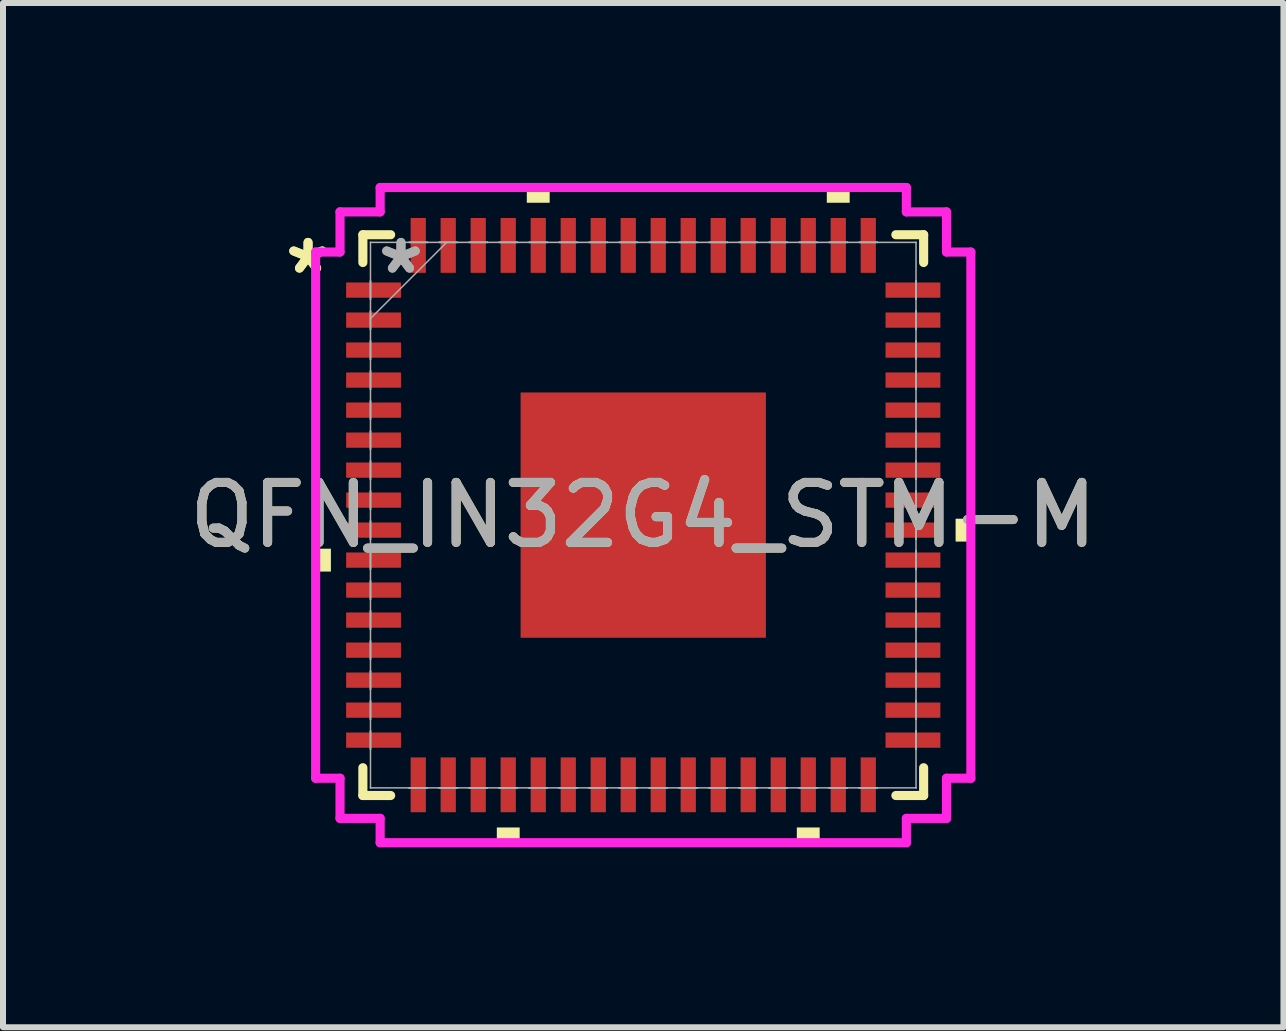
<source format=kicad_pcb>
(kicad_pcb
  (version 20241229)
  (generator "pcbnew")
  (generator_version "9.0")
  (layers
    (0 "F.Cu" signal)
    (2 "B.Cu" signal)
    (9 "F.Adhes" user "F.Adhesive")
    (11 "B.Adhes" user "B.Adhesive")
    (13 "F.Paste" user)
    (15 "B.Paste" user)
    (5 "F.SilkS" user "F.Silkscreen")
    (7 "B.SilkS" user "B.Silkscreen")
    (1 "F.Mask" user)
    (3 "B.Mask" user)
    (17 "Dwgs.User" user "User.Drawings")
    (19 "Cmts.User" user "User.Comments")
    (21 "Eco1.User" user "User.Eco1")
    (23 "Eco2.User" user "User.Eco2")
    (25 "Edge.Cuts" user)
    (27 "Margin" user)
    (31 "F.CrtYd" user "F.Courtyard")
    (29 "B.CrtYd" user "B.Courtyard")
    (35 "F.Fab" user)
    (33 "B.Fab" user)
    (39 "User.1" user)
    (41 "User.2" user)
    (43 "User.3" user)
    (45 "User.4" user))
  (footprint "QFN_IN32G4_STM-M"
    (layer "F.Cu")
    (at 7.673 5.537)
    (property "Reference" "QFN_IN32G4_STM-M" (at 0 0 0) (unlocked yes) (layer "F.SilkS") (effects (font (size 1 1) (thickness 0.15))))
    (attr smd)
    (fp_line (start -4.674 -4.674) (end -4.674 -4.211) (stroke (width 0.152) (type solid)) (layer "F.SilkS"))
    (fp_line (start -4.674 4.211) (end -4.674 4.674) (stroke (width 0.152) (type solid)) (layer "F.SilkS"))
    (fp_line (start -4.674 4.674) (end -4.211 4.674) (stroke (width 0.152) (type solid)) (layer "F.SilkS"))
    (fp_line (start -4.211 -4.674) (end -4.674 -4.674) (stroke (width 0.152) (type solid)) (layer "F.SilkS"))
    (fp_line (start 4.211 4.674) (end 4.674 4.674) (stroke (width 0.152) (type solid)) (layer "F.SilkS"))
    (fp_line (start 4.674 -4.674) (end 4.211 -4.674) (stroke (width 0.152) (type solid)) (layer "F.SilkS"))
    (fp_line (start 4.674 -4.211) (end 4.674 -4.674) (stroke (width 0.152) (type solid)) (layer "F.SilkS"))
    (fp_line (start 4.674 4.674) (end 4.674 4.211) (stroke (width 0.152) (type solid)) (layer "F.SilkS"))
    (fp_poly (pts (xy -5.461 0.56) (xy -5.461 0.941) (xy -5.207 0.941) (xy -5.207 0.56)) (stroke (width 0) (type solid)) (fill yes) (layer "F.SilkS"))
    (fp_poly (pts (xy -2.441 5.207) (xy -2.441 5.461) (xy -2.06 5.461) (xy -2.06 5.207)) (stroke (width 0) (type solid)) (fill yes) (layer "F.SilkS"))
    (fp_poly (pts (xy -1.941 -5.207) (xy -1.941 -5.461) (xy -1.56 -5.461) (xy -1.56 -5.207)) (stroke (width 0) (type solid)) (fill yes) (layer "F.SilkS"))
    (fp_poly (pts (xy 2.56 5.207) (xy 2.56 5.461) (xy 2.941 5.461) (xy 2.941 5.207)) (stroke (width 0) (type solid)) (fill yes) (layer "F.SilkS"))
    (fp_poly (pts (xy 3.06 -5.207) (xy 3.06 -5.461) (xy 3.441 -5.461) (xy 3.441 -5.207)) (stroke (width 0) (type solid)) (fill yes) (layer "F.SilkS"))
    (fp_poly (pts (xy 5.461 0.06) (xy 5.461 0.441) (xy 5.207 0.441) (xy 5.207 0.06)) (stroke (width 0) (type solid)) (fill yes) (layer "F.SilkS"))
    (fp_poly (pts (xy -1.945 -1.945) (xy -1.945 -0.782) (xy -0.782 -0.782) (xy -0.782 -1.945)) (stroke (width 0) (type solid)) (fill yes) (layer "F.Paste"))
    (fp_poly (pts (xy -1.945 -0.582) (xy -1.945 0.582) (xy -0.782 0.582) (xy -0.782 -0.582)) (stroke (width 0) (type solid)) (fill yes) (layer "F.Paste"))
    (fp_poly (pts (xy -1.945 0.782) (xy -1.945 1.945) (xy -0.782 1.945) (xy -0.782 0.782)) (stroke (width 0) (type solid)) (fill yes) (layer "F.Paste"))
    (fp_poly (pts (xy -0.582 -1.945) (xy -0.582 -0.782) (xy 0.582 -0.782) (xy 0.582 -1.945)) (stroke (width 0) (type solid)) (fill yes) (layer "F.Paste"))
    (fp_poly (pts (xy -0.582 -0.582) (xy -0.582 0.582) (xy 0.582 0.582) (xy 0.582 -0.582)) (stroke (width 0) (type solid)) (fill yes) (layer "F.Paste"))
    (fp_poly (pts (xy -0.582 0.782) (xy -0.582 1.945) (xy 0.582 1.945) (xy 0.582 0.782)) (stroke (width 0) (type solid)) (fill yes) (layer "F.Paste"))
    (fp_poly (pts (xy 0.782 -1.945) (xy 0.782 -0.782) (xy 1.945 -0.782) (xy 1.945 -1.945)) (stroke (width 0) (type solid)) (fill yes) (layer "F.Paste"))
    (fp_poly (pts (xy 0.782 -0.582) (xy 0.782 0.582) (xy 1.945 0.582) (xy 1.945 -0.582)) (stroke (width 0) (type solid)) (fill yes) (layer "F.Paste"))
    (fp_poly (pts (xy 0.782 0.782) (xy 0.782 1.945) (xy 1.945 1.945) (xy 1.945 0.782)) (stroke (width 0) (type solid)) (fill yes) (layer "F.Paste"))
    (fp_line (start -5.461 -4.386) (end -5.055 -4.386) (stroke (width 0.152) (type solid)) (layer "F.CrtYd"))
    (fp_line (start -5.461 4.386) (end -5.461 -4.386) (stroke (width 0.152) (type solid)) (layer "F.CrtYd"))
    (fp_line (start -5.055 -5.055) (end -4.386 -5.055) (stroke (width 0.152) (type solid)) (layer "F.CrtYd"))
    (fp_line (start -5.055 -4.386) (end -5.055 -5.055) (stroke (width 0.152) (type solid)) (layer "F.CrtYd"))
    (fp_line (start -5.055 4.386) (end -5.461 4.386) (stroke (width 0.152) (type solid)) (layer "F.CrtYd"))
    (fp_line (start -5.055 5.055) (end -5.055 4.386) (stroke (width 0.152) (type solid)) (layer "F.CrtYd"))
    (fp_line (start -4.386 -5.461) (end 4.386 -5.461) (stroke (width 0.152) (type solid)) (layer "F.CrtYd"))
    (fp_line (start -4.386 -5.055) (end -4.386 -5.461) (stroke (width 0.152) (type solid)) (layer "F.CrtYd"))
    (fp_line (start -4.386 5.055) (end -5.055 5.055) (stroke (width 0.152) (type solid)) (layer "F.CrtYd"))
    (fp_line (start -4.386 5.461) (end -4.386 5.055) (stroke (width 0.152) (type solid)) (layer "F.CrtYd"))
    (fp_line (start 4.386 -5.461) (end 4.386 -5.055) (stroke (width 0.152) (type solid)) (layer "F.CrtYd"))
    (fp_line (start 4.386 -5.055) (end 5.055 -5.055) (stroke (width 0.152) (type solid)) (layer "F.CrtYd"))
    (fp_line (start 4.386 5.055) (end 4.386 5.461) (stroke (width 0.152) (type solid)) (layer "F.CrtYd"))
    (fp_line (start 4.386 5.461) (end -4.386 5.461) (stroke (width 0.152) (type solid)) (layer "F.CrtYd"))
    (fp_line (start 5.055 -5.055) (end 5.055 -4.386) (stroke (width 0.152) (type solid)) (layer "F.CrtYd"))
    (fp_line (start 5.055 -4.386) (end 5.461 -4.386) (stroke (width 0.152) (type solid)) (layer "F.CrtYd"))
    (fp_line (start 5.055 4.386) (end 5.055 5.055) (stroke (width 0.152) (type solid)) (layer "F.CrtYd"))
    (fp_line (start 5.055 5.055) (end 4.386 5.055) (stroke (width 0.152) (type solid)) (layer "F.CrtYd"))
    (fp_line (start 5.461 -4.386) (end 5.461 4.386) (stroke (width 0.152) (type solid)) (layer "F.CrtYd"))
    (fp_line (start 5.461 4.386) (end 5.055 4.386) (stroke (width 0.152) (type solid)) (layer "F.CrtYd"))
    (fp_line (start -4.547 -4.547) (end -4.547 -4.547) (stroke (width 0.025) (type solid)) (layer "F.Fab"))
    (fp_line (start -4.547 -4.547) (end -4.547 4.547) (stroke (width 0.025) (type solid)) (layer "F.Fab"))
    (fp_line (start -4.547 -3.903) (end -4.547 -3.903) (stroke (width 0.025) (type solid)) (layer "F.Fab"))
    (fp_line (start -4.547 -3.903) (end -4.547 -3.599) (stroke (width 0.025) (type solid)) (layer "F.Fab"))
    (fp_line (start -4.547 -3.599) (end -4.547 -3.903) (stroke (width 0.025) (type solid)) (layer "F.Fab"))
    (fp_line (start -4.547 -3.599) (end -4.547 -3.599) (stroke (width 0.025) (type solid)) (layer "F.Fab"))
    (fp_line (start -4.547 -3.403) (end -4.547 -3.403) (stroke (width 0.025) (type solid)) (layer "F.Fab"))
    (fp_line (start -4.547 -3.403) (end -4.547 -3.098) (stroke (width 0.025) (type solid)) (layer "F.Fab"))
    (fp_line (start -4.547 -3.277) (end -3.277 -4.547) (stroke (width 0.025) (type solid)) (layer "F.Fab"))
    (fp_line (start -4.547 -3.098) (end -4.547 -3.403) (stroke (width 0.025) (type solid)) (layer "F.Fab"))
    (fp_line (start -4.547 -3.098) (end -4.547 -3.098) (stroke (width 0.025) (type solid)) (layer "F.Fab"))
    (fp_line (start -4.547 -2.903) (end -4.547 -2.903) (stroke (width 0.025) (type solid)) (layer "F.Fab"))
    (fp_line (start -4.547 -2.903) (end -4.547 -2.598) (stroke (width 0.025) (type solid)) (layer "F.Fab"))
    (fp_line (start -4.547 -2.598) (end -4.547 -2.903) (stroke (width 0.025) (type solid)) (layer "F.Fab"))
    (fp_line (start -4.547 -2.598) (end -4.547 -2.598) (stroke (width 0.025) (type solid)) (layer "F.Fab"))
    (fp_line (start -4.547 -2.403) (end -4.547 -2.403) (stroke (width 0.025) (type solid)) (layer "F.Fab"))
    (fp_line (start -4.547 -2.403) (end -4.547 -2.098) (stroke (width 0.025) (type solid)) (layer "F.Fab"))
    (fp_line (start -4.547 -2.098) (end -4.547 -2.403) (stroke (width 0.025) (type solid)) (layer "F.Fab"))
    (fp_line (start -4.547 -2.098) (end -4.547 -2.098) (stroke (width 0.025) (type solid)) (layer "F.Fab"))
    (fp_line (start -4.547 -1.903) (end -4.547 -1.903) (stroke (width 0.025) (type solid)) (layer "F.Fab"))
    (fp_line (start -4.547 -1.903) (end -4.547 -1.598) (stroke (width 0.025) (type solid)) (layer "F.Fab"))
    (fp_line (start -4.547 -1.598) (end -4.547 -1.903) (stroke (width 0.025) (type solid)) (layer "F.Fab"))
    (fp_line (start -4.547 -1.598) (end -4.547 -1.598) (stroke (width 0.025) (type solid)) (layer "F.Fab"))
    (fp_line (start -4.547 -1.403) (end -4.547 -1.403) (stroke (width 0.025) (type solid)) (layer "F.Fab"))
    (fp_line (start -4.547 -1.403) (end -4.547 -1.098) (stroke (width 0.025) (type solid)) (layer "F.Fab"))
    (fp_line (start -4.547 -1.098) (end -4.547 -1.403) (stroke (width 0.025) (type solid)) (layer "F.Fab"))
    (fp_line (start -4.547 -1.098) (end -4.547 -1.098) (stroke (width 0.025) (type solid)) (layer "F.Fab"))
    (fp_line (start -4.547 -0.903) (end -4.547 -0.903) (stroke (width 0.025) (type solid)) (layer "F.Fab"))
    (fp_line (start -4.547 -0.903) (end -4.547 -0.598) (stroke (width 0.025) (type solid)) (layer "F.Fab"))
    (fp_line (start -4.547 -0.598) (end -4.547 -0.903) (stroke (width 0.025) (type solid)) (layer "F.Fab"))
    (fp_line (start -4.547 -0.598) (end -4.547 -0.598) (stroke (width 0.025) (type solid)) (layer "F.Fab"))
    (fp_line (start -4.547 -0.402) (end -4.547 -0.402) (stroke (width 0.025) (type solid)) (layer "F.Fab"))
    (fp_line (start -4.547 -0.402) (end -4.547 -0.098) (stroke (width 0.025) (type solid)) (layer "F.Fab"))
    (fp_line (start -4.547 -0.098) (end -4.547 -0.402) (stroke (width 0.025) (type solid)) (layer "F.Fab"))
    (fp_line (start -4.547 -0.098) (end -4.547 -0.098) (stroke (width 0.025) (type solid)) (layer "F.Fab"))
    (fp_line (start -4.547 0.098) (end -4.547 0.098) (stroke (width 0.025) (type solid)) (layer "F.Fab"))
    (fp_line (start -4.547 0.098) (end -4.547 0.402) (stroke (width 0.025) (type solid)) (layer "F.Fab"))
    (fp_line (start -4.547 0.402) (end -4.547 0.098) (stroke (width 0.025) (type solid)) (layer "F.Fab"))
    (fp_line (start -4.547 0.402) (end -4.547 0.402) (stroke (width 0.025) (type solid)) (layer "F.Fab"))
    (fp_line (start -4.547 0.598) (end -4.547 0.598) (stroke (width 0.025) (type solid)) (layer "F.Fab"))
    (fp_line (start -4.547 0.598) (end -4.547 0.903) (stroke (width 0.025) (type solid)) (layer "F.Fab"))
    (fp_line (start -4.547 0.903) (end -4.547 0.598) (stroke (width 0.025) (type solid)) (layer "F.Fab"))
    (fp_line (start -4.547 0.903) (end -4.547 0.903) (stroke (width 0.025) (type solid)) (layer "F.Fab"))
    (fp_line (start -4.547 1.098) (end -4.547 1.098) (stroke (width 0.025) (type solid)) (layer "F.Fab"))
    (fp_line (start -4.547 1.098) (end -4.547 1.403) (stroke (width 0.025) (type solid)) (layer "F.Fab"))
    (fp_line (start -4.547 1.403) (end -4.547 1.098) (stroke (width 0.025) (type solid)) (layer "F.Fab"))
    (fp_line (start -4.547 1.403) (end -4.547 1.403) (stroke (width 0.025) (type solid)) (layer "F.Fab"))
    (fp_line (start -4.547 1.598) (end -4.547 1.598) (stroke (width 0.025) (type solid)) (layer "F.Fab"))
    (fp_line (start -4.547 1.598) (end -4.547 1.903) (stroke (width 0.025) (type solid)) (layer "F.Fab"))
    (fp_line (start -4.547 1.903) (end -4.547 1.598) (stroke (width 0.025) (type solid)) (layer "F.Fab"))
    (fp_line (start -4.547 1.903) (end -4.547 1.903) (stroke (width 0.025) (type solid)) (layer "F.Fab"))
    (fp_line (start -4.547 2.098) (end -4.547 2.098) (stroke (width 0.025) (type solid)) (layer "F.Fab"))
    (fp_line (start -4.547 2.098) (end -4.547 2.403) (stroke (width 0.025) (type solid)) (layer "F.Fab"))
    (fp_line (start -4.547 2.403) (end -4.547 2.098) (stroke (width 0.025) (type solid)) (layer "F.Fab"))
    (fp_line (start -4.547 2.403) (end -4.547 2.403) (stroke (width 0.025) (type solid)) (layer "F.Fab"))
    (fp_line (start -4.547 2.598) (end -4.547 2.598) (stroke (width 0.025) (type solid)) (layer "F.Fab"))
    (fp_line (start -4.547 2.598) (end -4.547 2.903) (stroke (width 0.025) (type solid)) (layer "F.Fab"))
    (fp_line (start -4.547 2.903) (end -4.547 2.598) (stroke (width 0.025) (type solid)) (layer "F.Fab"))
    (fp_line (start -4.547 2.903) (end -4.547 2.903) (stroke (width 0.025) (type solid)) (layer "F.Fab"))
    (fp_line (start -4.547 3.098) (end -4.547 3.098) (stroke (width 0.025) (type solid)) (layer "F.Fab"))
    (fp_line (start -4.547 3.098) (end -4.547 3.403) (stroke (width 0.025) (type solid)) (layer "F.Fab"))
    (fp_line (start -4.547 3.403) (end -4.547 3.098) (stroke (width 0.025) (type solid)) (layer "F.Fab"))
    (fp_line (start -4.547 3.403) (end -4.547 3.403) (stroke (width 0.025) (type solid)) (layer "F.Fab"))
    (fp_line (start -4.547 3.599) (end -4.547 3.599) (stroke (width 0.025) (type solid)) (layer "F.Fab"))
    (fp_line (start -4.547 3.599) (end -4.547 3.903) (stroke (width 0.025) (type solid)) (layer "F.Fab"))
    (fp_line (start -4.547 3.903) (end -4.547 3.599) (stroke (width 0.025) (type solid)) (layer "F.Fab"))
    (fp_line (start -4.547 3.903) (end -4.547 3.903) (stroke (width 0.025) (type solid)) (layer "F.Fab"))
    (fp_line (start -4.547 4.547) (end -4.547 4.547) (stroke (width 0.025) (type solid)) (layer "F.Fab"))
    (fp_line (start -4.547 4.547) (end 4.547 4.547) (stroke (width 0.025) (type solid)) (layer "F.Fab"))
    (fp_line (start -3.903 -4.547) (end -3.903 -4.547) (stroke (width 0.025) (type solid)) (layer "F.Fab"))
    (fp_line (start -3.903 -4.547) (end -3.599 -4.547) (stroke (width 0.025) (type solid)) (layer "F.Fab"))
    (fp_line (start -3.903 4.547) (end -3.903 4.547) (stroke (width 0.025) (type solid)) (layer "F.Fab"))
    (fp_line (start -3.903 4.547) (end -3.599 4.547) (stroke (width 0.025) (type solid)) (layer "F.Fab"))
    (fp_line (start -3.599 -4.547) (end -3.903 -4.547) (stroke (width 0.025) (type solid)) (layer "F.Fab"))
    (fp_line (start -3.599 -4.547) (end -3.599 -4.547) (stroke (width 0.025) (type solid)) (layer "F.Fab"))
    (fp_line (start -3.599 4.547) (end -3.903 4.547) (stroke (width 0.025) (type solid)) (layer "F.Fab"))
    (fp_line (start -3.599 4.547) (end -3.599 4.547) (stroke (width 0.025) (type solid)) (layer "F.Fab"))
    (fp_line (start -3.403 -4.547) (end -3.403 -4.547) (stroke (width 0.025) (type solid)) (layer "F.Fab"))
    (fp_line (start -3.403 -4.547) (end -3.098 -4.547) (stroke (width 0.025) (type solid)) (layer "F.Fab"))
    (fp_line (start -3.403 4.547) (end -3.403 4.547) (stroke (width 0.025) (type solid)) (layer "F.Fab"))
    (fp_line (start -3.403 4.547) (end -3.098 4.547) (stroke (width 0.025) (type solid)) (layer "F.Fab"))
    (fp_line (start -3.098 -4.547) (end -3.403 -4.547) (stroke (width 0.025) (type solid)) (layer "F.Fab"))
    (fp_line (start -3.098 -4.547) (end -3.098 -4.547) (stroke (width 0.025) (type solid)) (layer "F.Fab"))
    (fp_line (start -3.098 4.547) (end -3.403 4.547) (stroke (width 0.025) (type solid)) (layer "F.Fab"))
    (fp_line (start -3.098 4.547) (end -3.098 4.547) (stroke (width 0.025) (type solid)) (layer "F.Fab"))
    (fp_line (start -2.903 -4.547) (end -2.903 -4.547) (stroke (width 0.025) (type solid)) (layer "F.Fab"))
    (fp_line (start -2.903 -4.547) (end -2.598 -4.547) (stroke (width 0.025) (type solid)) (layer "F.Fab"))
    (fp_line (start -2.903 4.547) (end -2.903 4.547) (stroke (width 0.025) (type solid)) (layer "F.Fab"))
    (fp_line (start -2.903 4.547) (end -2.598 4.547) (stroke (width 0.025) (type solid)) (layer "F.Fab"))
    (fp_line (start -2.598 -4.547) (end -2.903 -4.547) (stroke (width 0.025) (type solid)) (layer "F.Fab"))
    (fp_line (start -2.598 -4.547) (end -2.598 -4.547) (stroke (width 0.025) (type solid)) (layer "F.Fab"))
    (fp_line (start -2.598 4.547) (end -2.903 4.547) (stroke (width 0.025) (type solid)) (layer "F.Fab"))
    (fp_line (start -2.598 4.547) (end -2.598 4.547) (stroke (width 0.025) (type solid)) (layer "F.Fab"))
    (fp_line (start -2.403 -4.547) (end -2.403 -4.547) (stroke (width 0.025) (type solid)) (layer "F.Fab"))
    (fp_line (start -2.403 -4.547) (end -2.098 -4.547) (stroke (width 0.025) (type solid)) (layer "F.Fab"))
    (fp_line (start -2.403 4.547) (end -2.403 4.547) (stroke (width 0.025) (type solid)) (layer "F.Fab"))
    (fp_line (start -2.403 4.547) (end -2.098 4.547) (stroke (width 0.025) (type solid)) (layer "F.Fab"))
    (fp_line (start -2.098 -4.547) (end -2.403 -4.547) (stroke (width 0.025) (type solid)) (layer "F.Fab"))
    (fp_line (start -2.098 -4.547) (end -2.098 -4.547) (stroke (width 0.025) (type solid)) (layer "F.Fab"))
    (fp_line (start -2.098 4.547) (end -2.403 4.547) (stroke (width 0.025) (type solid)) (layer "F.Fab"))
    (fp_line (start -2.098 4.547) (end -2.098 4.547) (stroke (width 0.025) (type solid)) (layer "F.Fab"))
    (fp_line (start -1.903 -4.547) (end -1.903 -4.547) (stroke (width 0.025) (type solid)) (layer "F.Fab"))
    (fp_line (start -1.903 -4.547) (end -1.598 -4.547) (stroke (width 0.025) (type solid)) (layer "F.Fab"))
    (fp_line (start -1.903 4.547) (end -1.903 4.547) (stroke (width 0.025) (type solid)) (layer "F.Fab"))
    (fp_line (start -1.903 4.547) (end -1.598 4.547) (stroke (width 0.025) (type solid)) (layer "F.Fab"))
    (fp_line (start -1.598 -4.547) (end -1.903 -4.547) (stroke (width 0.025) (type solid)) (layer "F.Fab"))
    (fp_line (start -1.598 -4.547) (end -1.598 -4.547) (stroke (width 0.025) (type solid)) (layer "F.Fab"))
    (fp_line (start -1.598 4.547) (end -1.903 4.547) (stroke (width 0.025) (type solid)) (layer "F.Fab"))
    (fp_line (start -1.598 4.547) (end -1.598 4.547) (stroke (width 0.025) (type solid)) (layer "F.Fab"))
    (fp_line (start -1.403 -4.547) (end -1.403 -4.547) (stroke (width 0.025) (type solid)) (layer "F.Fab"))
    (fp_line (start -1.403 -4.547) (end -1.098 -4.547) (stroke (width 0.025) (type solid)) (layer "F.Fab"))
    (fp_line (start -1.403 4.547) (end -1.403 4.547) (stroke (width 0.025) (type solid)) (layer "F.Fab"))
    (fp_line (start -1.403 4.547) (end -1.098 4.547) (stroke (width 0.025) (type solid)) (layer "F.Fab"))
    (fp_line (start -1.098 -4.547) (end -1.403 -4.547) (stroke (width 0.025) (type solid)) (layer "F.Fab"))
    (fp_line (start -1.098 -4.547) (end -1.098 -4.547) (stroke (width 0.025) (type solid)) (layer "F.Fab"))
    (fp_line (start -1.098 4.547) (end -1.403 4.547) (stroke (width 0.025) (type solid)) (layer "F.Fab"))
    (fp_line (start -1.098 4.547) (end -1.098 4.547) (stroke (width 0.025) (type solid)) (layer "F.Fab"))
    (fp_line (start -0.903 -4.547) (end -0.903 -4.547) (stroke (width 0.025) (type solid)) (layer "F.Fab"))
    (fp_line (start -0.903 -4.547) (end -0.598 -4.547) (stroke (width 0.025) (type solid)) (layer "F.Fab"))
    (fp_line (start -0.903 4.547) (end -0.903 4.547) (stroke (width 0.025) (type solid)) (layer "F.Fab"))
    (fp_line (start -0.903 4.547) (end -0.598 4.547) (stroke (width 0.025) (type solid)) (layer "F.Fab"))
    (fp_line (start -0.598 -4.547) (end -0.903 -4.547) (stroke (width 0.025) (type solid)) (layer "F.Fab"))
    (fp_line (start -0.598 -4.547) (end -0.598 -4.547) (stroke (width 0.025) (type solid)) (layer "F.Fab"))
    (fp_line (start -0.598 4.547) (end -0.903 4.547) (stroke (width 0.025) (type solid)) (layer "F.Fab"))
    (fp_line (start -0.598 4.547) (end -0.598 4.547) (stroke (width 0.025) (type solid)) (layer "F.Fab"))
    (fp_line (start -0.402 -4.547) (end -0.402 -4.547) (stroke (width 0.025) (type solid)) (layer "F.Fab"))
    (fp_line (start -0.402 -4.547) (end -0.098 -4.547) (stroke (width 0.025) (type solid)) (layer "F.Fab"))
    (fp_line (start -0.402 4.547) (end -0.402 4.547) (stroke (width 0.025) (type solid)) (layer "F.Fab"))
    (fp_line (start -0.402 4.547) (end -0.098 4.547) (stroke (width 0.025) (type solid)) (layer "F.Fab"))
    (fp_line (start -0.098 -4.547) (end -0.402 -4.547) (stroke (width 0.025) (type solid)) (layer "F.Fab"))
    (fp_line (start -0.098 -4.547) (end -0.098 -4.547) (stroke (width 0.025) (type solid)) (layer "F.Fab"))
    (fp_line (start -0.098 4.547) (end -0.402 4.547) (stroke (width 0.025) (type solid)) (layer "F.Fab"))
    (fp_line (start -0.098 4.547) (end -0.098 4.547) (stroke (width 0.025) (type solid)) (layer "F.Fab"))
    (fp_line (start 0.098 -4.547) (end 0.098 -4.547) (stroke (width 0.025) (type solid)) (layer "F.Fab"))
    (fp_line (start 0.098 -4.547) (end 0.402 -4.547) (stroke (width 0.025) (type solid)) (layer "F.Fab"))
    (fp_line (start 0.098 4.547) (end 0.098 4.547) (stroke (width 0.025) (type solid)) (layer "F.Fab"))
    (fp_line (start 0.098 4.547) (end 0.402 4.547) (stroke (width 0.025) (type solid)) (layer "F.Fab"))
    (fp_line (start 0.402 -4.547) (end 0.098 -4.547) (stroke (width 0.025) (type solid)) (layer "F.Fab"))
    (fp_line (start 0.402 -4.547) (end 0.402 -4.547) (stroke (width 0.025) (type solid)) (layer "F.Fab"))
    (fp_line (start 0.402 4.547) (end 0.098 4.547) (stroke (width 0.025) (type solid)) (layer "F.Fab"))
    (fp_line (start 0.402 4.547) (end 0.402 4.547) (stroke (width 0.025) (type solid)) (layer "F.Fab"))
    (fp_line (start 0.598 -4.547) (end 0.598 -4.547) (stroke (width 0.025) (type solid)) (layer "F.Fab"))
    (fp_line (start 0.598 -4.547) (end 0.903 -4.547) (stroke (width 0.025) (type solid)) (layer "F.Fab"))
    (fp_line (start 0.598 4.547) (end 0.598 4.547) (stroke (width 0.025) (type solid)) (layer "F.Fab"))
    (fp_line (start 0.598 4.547) (end 0.903 4.547) (stroke (width 0.025) (type solid)) (layer "F.Fab"))
    (fp_line (start 0.903 -4.547) (end 0.598 -4.547) (stroke (width 0.025) (type solid)) (layer "F.Fab"))
    (fp_line (start 0.903 -4.547) (end 0.903 -4.547) (stroke (width 0.025) (type solid)) (layer "F.Fab"))
    (fp_line (start 0.903 4.547) (end 0.598 4.547) (stroke (width 0.025) (type solid)) (layer "F.Fab"))
    (fp_line (start 0.903 4.547) (end 0.903 4.547) (stroke (width 0.025) (type solid)) (layer "F.Fab"))
    (fp_line (start 1.098 -4.547) (end 1.098 -4.547) (stroke (width 0.025) (type solid)) (layer "F.Fab"))
    (fp_line (start 1.098 -4.547) (end 1.403 -4.547) (stroke (width 0.025) (type solid)) (layer "F.Fab"))
    (fp_line (start 1.098 4.547) (end 1.098 4.547) (stroke (width 0.025) (type solid)) (layer "F.Fab"))
    (fp_line (start 1.098 4.547) (end 1.403 4.547) (stroke (width 0.025) (type solid)) (layer "F.Fab"))
    (fp_line (start 1.403 -4.547) (end 1.098 -4.547) (stroke (width 0.025) (type solid)) (layer "F.Fab"))
    (fp_line (start 1.403 -4.547) (end 1.403 -4.547) (stroke (width 0.025) (type solid)) (layer "F.Fab"))
    (fp_line (start 1.403 4.547) (end 1.098 4.547) (stroke (width 0.025) (type solid)) (layer "F.Fab"))
    (fp_line (start 1.403 4.547) (end 1.403 4.547) (stroke (width 0.025) (type solid)) (layer "F.Fab"))
    (fp_line (start 1.598 -4.547) (end 1.598 -4.547) (stroke (width 0.025) (type solid)) (layer "F.Fab"))
    (fp_line (start 1.598 -4.547) (end 1.903 -4.547) (stroke (width 0.025) (type solid)) (layer "F.Fab"))
    (fp_line (start 1.598 4.547) (end 1.598 4.547) (stroke (width 0.025) (type solid)) (layer "F.Fab"))
    (fp_line (start 1.598 4.547) (end 1.903 4.547) (stroke (width 0.025) (type solid)) (layer "F.Fab"))
    (fp_line (start 1.903 -4.547) (end 1.598 -4.547) (stroke (width 0.025) (type solid)) (layer "F.Fab"))
    (fp_line (start 1.903 -4.547) (end 1.903 -4.547) (stroke (width 0.025) (type solid)) (layer "F.Fab"))
    (fp_line (start 1.903 4.547) (end 1.598 4.547) (stroke (width 0.025) (type solid)) (layer "F.Fab"))
    (fp_line (start 1.903 4.547) (end 1.903 4.547) (stroke (width 0.025) (type solid)) (layer "F.Fab"))
    (fp_line (start 2.098 -4.547) (end 2.098 -4.547) (stroke (width 0.025) (type solid)) (layer "F.Fab"))
    (fp_line (start 2.098 -4.547) (end 2.403 -4.547) (stroke (width 0.025) (type solid)) (layer "F.Fab"))
    (fp_line (start 2.098 4.547) (end 2.098 4.547) (stroke (width 0.025) (type solid)) (layer "F.Fab"))
    (fp_line (start 2.098 4.547) (end 2.403 4.547) (stroke (width 0.025) (type solid)) (layer "F.Fab"))
    (fp_line (start 2.403 -4.547) (end 2.098 -4.547) (stroke (width 0.025) (type solid)) (layer "F.Fab"))
    (fp_line (start 2.403 -4.547) (end 2.403 -4.547) (stroke (width 0.025) (type solid)) (layer "F.Fab"))
    (fp_line (start 2.403 4.547) (end 2.098 4.547) (stroke (width 0.025) (type solid)) (layer "F.Fab"))
    (fp_line (start 2.403 4.547) (end 2.403 4.547) (stroke (width 0.025) (type solid)) (layer "F.Fab"))
    (fp_line (start 2.598 -4.547) (end 2.598 -4.547) (stroke (width 0.025) (type solid)) (layer "F.Fab"))
    (fp_line (start 2.598 -4.547) (end 2.903 -4.547) (stroke (width 0.025) (type solid)) (layer "F.Fab"))
    (fp_line (start 2.598 4.547) (end 2.598 4.547) (stroke (width 0.025) (type solid)) (layer "F.Fab"))
    (fp_line (start 2.598 4.547) (end 2.903 4.547) (stroke (width 0.025) (type solid)) (layer "F.Fab"))
    (fp_line (start 2.903 -4.547) (end 2.598 -4.547) (stroke (width 0.025) (type solid)) (layer "F.Fab"))
    (fp_line (start 2.903 -4.547) (end 2.903 -4.547) (stroke (width 0.025) (type solid)) (layer "F.Fab"))
    (fp_line (start 2.903 4.547) (end 2.598 4.547) (stroke (width 0.025) (type solid)) (layer "F.Fab"))
    (fp_line (start 2.903 4.547) (end 2.903 4.547) (stroke (width 0.025) (type solid)) (layer "F.Fab"))
    (fp_line (start 3.098 -4.547) (end 3.098 -4.547) (stroke (width 0.025) (type solid)) (layer "F.Fab"))
    (fp_line (start 3.098 -4.547) (end 3.403 -4.547) (stroke (width 0.025) (type solid)) (layer "F.Fab"))
    (fp_line (start 3.098 4.547) (end 3.098 4.547) (stroke (width 0.025) (type solid)) (layer "F.Fab"))
    (fp_line (start 3.098 4.547) (end 3.403 4.547) (stroke (width 0.025) (type solid)) (layer "F.Fab"))
    (fp_line (start 3.403 -4.547) (end 3.098 -4.547) (stroke (width 0.025) (type solid)) (layer "F.Fab"))
    (fp_line (start 3.403 -4.547) (end 3.403 -4.547) (stroke (width 0.025) (type solid)) (layer "F.Fab"))
    (fp_line (start 3.403 4.547) (end 3.098 4.547) (stroke (width 0.025) (type solid)) (layer "F.Fab"))
    (fp_line (start 3.403 4.547) (end 3.403 4.547) (stroke (width 0.025) (type solid)) (layer "F.Fab"))
    (fp_line (start 3.599 -4.547) (end 3.599 -4.547) (stroke (width 0.025) (type solid)) (layer "F.Fab"))
    (fp_line (start 3.599 -4.547) (end 3.903 -4.547) (stroke (width 0.025) (type solid)) (layer "F.Fab"))
    (fp_line (start 3.599 4.547) (end 3.599 4.547) (stroke (width 0.025) (type solid)) (layer "F.Fab"))
    (fp_line (start 3.599 4.547) (end 3.903 4.547) (stroke (width 0.025) (type solid)) (layer "F.Fab"))
    (fp_line (start 3.903 -4.547) (end 3.599 -4.547) (stroke (width 0.025) (type solid)) (layer "F.Fab"))
    (fp_line (start 3.903 -4.547) (end 3.903 -4.547) (stroke (width 0.025) (type solid)) (layer "F.Fab"))
    (fp_line (start 3.903 4.547) (end 3.599 4.547) (stroke (width 0.025) (type solid)) (layer "F.Fab"))
    (fp_line (start 3.903 4.547) (end 3.903 4.547) (stroke (width 0.025) (type solid)) (layer "F.Fab"))
    (fp_line (start 4.547 -4.547) (end -4.547 -4.547) (stroke (width 0.025) (type solid)) (layer "F.Fab"))
    (fp_line (start 4.547 -4.547) (end 4.547 -4.547) (stroke (width 0.025) (type solid)) (layer "F.Fab"))
    (fp_line (start 4.547 -3.903) (end 4.547 -3.903) (stroke (width 0.025) (type solid)) (layer "F.Fab"))
    (fp_line (start 4.547 -3.903) (end 4.547 -3.599) (stroke (width 0.025) (type solid)) (layer "F.Fab"))
    (fp_line (start 4.547 -3.599) (end 4.547 -3.903) (stroke (width 0.025) (type solid)) (layer "F.Fab"))
    (fp_line (start 4.547 -3.599) (end 4.547 -3.599) (stroke (width 0.025) (type solid)) (layer "F.Fab"))
    (fp_line (start 4.547 -3.403) (end 4.547 -3.403) (stroke (width 0.025) (type solid)) (layer "F.Fab"))
    (fp_line (start 4.547 -3.403) (end 4.547 -3.098) (stroke (width 0.025) (type solid)) (layer "F.Fab"))
    (fp_line (start 4.547 -3.098) (end 4.547 -3.403) (stroke (width 0.025) (type solid)) (layer "F.Fab"))
    (fp_line (start 4.547 -3.098) (end 4.547 -3.098) (stroke (width 0.025) (type solid)) (layer "F.Fab"))
    (fp_line (start 4.547 -2.903) (end 4.547 -2.903) (stroke (width 0.025) (type solid)) (layer "F.Fab"))
    (fp_line (start 4.547 -2.903) (end 4.547 -2.598) (stroke (width 0.025) (type solid)) (layer "F.Fab"))
    (fp_line (start 4.547 -2.598) (end 4.547 -2.903) (stroke (width 0.025) (type solid)) (layer "F.Fab"))
    (fp_line (start 4.547 -2.598) (end 4.547 -2.598) (stroke (width 0.025) (type solid)) (layer "F.Fab"))
    (fp_line (start 4.547 -2.403) (end 4.547 -2.403) (stroke (width 0.025) (type solid)) (layer "F.Fab"))
    (fp_line (start 4.547 -2.403) (end 4.547 -2.098) (stroke (width 0.025) (type solid)) (layer "F.Fab"))
    (fp_line (start 4.547 -2.098) (end 4.547 -2.403) (stroke (width 0.025) (type solid)) (layer "F.Fab"))
    (fp_line (start 4.547 -2.098) (end 4.547 -2.098) (stroke (width 0.025) (type solid)) (layer "F.Fab"))
    (fp_line (start 4.547 -1.903) (end 4.547 -1.903) (stroke (width 0.025) (type solid)) (layer "F.Fab"))
    (fp_line (start 4.547 -1.903) (end 4.547 -1.598) (stroke (width 0.025) (type solid)) (layer "F.Fab"))
    (fp_line (start 4.547 -1.598) (end 4.547 -1.903) (stroke (width 0.025) (type solid)) (layer "F.Fab"))
    (fp_line (start 4.547 -1.598) (end 4.547 -1.598) (stroke (width 0.025) (type solid)) (layer "F.Fab"))
    (fp_line (start 4.547 -1.403) (end 4.547 -1.403) (stroke (width 0.025) (type solid)) (layer "F.Fab"))
    (fp_line (start 4.547 -1.403) (end 4.547 -1.098) (stroke (width 0.025) (type solid)) (layer "F.Fab"))
    (fp_line (start 4.547 -1.098) (end 4.547 -1.403) (stroke (width 0.025) (type solid)) (layer "F.Fab"))
    (fp_line (start 4.547 -1.098) (end 4.547 -1.098) (stroke (width 0.025) (type solid)) (layer "F.Fab"))
    (fp_line (start 4.547 -0.903) (end 4.547 -0.903) (stroke (width 0.025) (type solid)) (layer "F.Fab"))
    (fp_line (start 4.547 -0.903) (end 4.547 -0.598) (stroke (width 0.025) (type solid)) (layer "F.Fab"))
    (fp_line (start 4.547 -0.598) (end 4.547 -0.903) (stroke (width 0.025) (type solid)) (layer "F.Fab"))
    (fp_line (start 4.547 -0.598) (end 4.547 -0.598) (stroke (width 0.025) (type solid)) (layer "F.Fab"))
    (fp_line (start 4.547 -0.402) (end 4.547 -0.402) (stroke (width 0.025) (type solid)) (layer "F.Fab"))
    (fp_line (start 4.547 -0.402) (end 4.547 -0.098) (stroke (width 0.025) (type solid)) (layer "F.Fab"))
    (fp_line (start 4.547 -0.098) (end 4.547 -0.402) (stroke (width 0.025) (type solid)) (layer "F.Fab"))
    (fp_line (start 4.547 -0.098) (end 4.547 -0.098) (stroke (width 0.025) (type solid)) (layer "F.Fab"))
    (fp_line (start 4.547 0.098) (end 4.547 0.098) (stroke (width 0.025) (type solid)) (layer "F.Fab"))
    (fp_line (start 4.547 0.098) (end 4.547 0.402) (stroke (width 0.025) (type solid)) (layer "F.Fab"))
    (fp_line (start 4.547 0.402) (end 4.547 0.098) (stroke (width 0.025) (type solid)) (layer "F.Fab"))
    (fp_line (start 4.547 0.402) (end 4.547 0.402) (stroke (width 0.025) (type solid)) (layer "F.Fab"))
    (fp_line (start 4.547 0.598) (end 4.547 0.598) (stroke (width 0.025) (type solid)) (layer "F.Fab"))
    (fp_line (start 4.547 0.598) (end 4.547 0.903) (stroke (width 0.025) (type solid)) (layer "F.Fab"))
    (fp_line (start 4.547 0.903) (end 4.547 0.598) (stroke (width 0.025) (type solid)) (layer "F.Fab"))
    (fp_line (start 4.547 0.903) (end 4.547 0.903) (stroke (width 0.025) (type solid)) (layer "F.Fab"))
    (fp_line (start 4.547 1.098) (end 4.547 1.098) (stroke (width 0.025) (type solid)) (layer "F.Fab"))
    (fp_line (start 4.547 1.098) (end 4.547 1.403) (stroke (width 0.025) (type solid)) (layer "F.Fab"))
    (fp_line (start 4.547 1.403) (end 4.547 1.098) (stroke (width 0.025) (type solid)) (layer "F.Fab"))
    (fp_line (start 4.547 1.403) (end 4.547 1.403) (stroke (width 0.025) (type solid)) (layer "F.Fab"))
    (fp_line (start 4.547 1.598) (end 4.547 1.598) (stroke (width 0.025) (type solid)) (layer "F.Fab"))
    (fp_line (start 4.547 1.598) (end 4.547 1.903) (stroke (width 0.025) (type solid)) (layer "F.Fab"))
    (fp_line (start 4.547 1.903) (end 4.547 1.598) (stroke (width 0.025) (type solid)) (layer "F.Fab"))
    (fp_line (start 4.547 1.903) (end 4.547 1.903) (stroke (width 0.025) (type solid)) (layer "F.Fab"))
    (fp_line (start 4.547 2.098) (end 4.547 2.098) (stroke (width 0.025) (type solid)) (layer "F.Fab"))
    (fp_line (start 4.547 2.098) (end 4.547 2.403) (stroke (width 0.025) (type solid)) (layer "F.Fab"))
    (fp_line (start 4.547 2.403) (end 4.547 2.098) (stroke (width 0.025) (type solid)) (layer "F.Fab"))
    (fp_line (start 4.547 2.403) (end 4.547 2.403) (stroke (width 0.025) (type solid)) (layer "F.Fab"))
    (fp_line (start 4.547 2.598) (end 4.547 2.598) (stroke (width 0.025) (type solid)) (layer "F.Fab"))
    (fp_line (start 4.547 2.598) (end 4.547 2.903) (stroke (width 0.025) (type solid)) (layer "F.Fab"))
    (fp_line (start 4.547 2.903) (end 4.547 2.598) (stroke (width 0.025) (type solid)) (layer "F.Fab"))
    (fp_line (start 4.547 2.903) (end 4.547 2.903) (stroke (width 0.025) (type solid)) (layer "F.Fab"))
    (fp_line (start 4.547 3.098) (end 4.547 3.098) (stroke (width 0.025) (type solid)) (layer "F.Fab"))
    (fp_line (start 4.547 3.098) (end 4.547 3.403) (stroke (width 0.025) (type solid)) (layer "F.Fab"))
    (fp_line (start 4.547 3.403) (end 4.547 3.098) (stroke (width 0.025) (type solid)) (layer "F.Fab"))
    (fp_line (start 4.547 3.403) (end 4.547 3.403) (stroke (width 0.025) (type solid)) (layer "F.Fab"))
    (fp_line (start 4.547 3.599) (end 4.547 3.599) (stroke (width 0.025) (type solid)) (layer "F.Fab"))
    (fp_line (start 4.547 3.599) (end 4.547 3.903) (stroke (width 0.025) (type solid)) (layer "F.Fab"))
    (fp_line (start 4.547 3.903) (end 4.547 3.599) (stroke (width 0.025) (type solid)) (layer "F.Fab"))
    (fp_line (start 4.547 3.903) (end 4.547 3.903) (stroke (width 0.025) (type solid)) (layer "F.Fab"))
    (fp_line (start 4.547 4.547) (end 4.547 -4.547) (stroke (width 0.025) (type solid)) (layer "F.Fab"))
    (fp_line (start 4.547 4.547) (end 4.547 4.547) (stroke (width 0.025) (type solid)) (layer "F.Fab"))
    (fp_text user "*" (at -5.588 -4.001 0) (unlocked yes) (layer "F.SilkS") (effects (font (size 1 1) (thickness 0.15))))
    (fp_text user "*" (at -5.588 -4.001 0) (layer "F.SilkS") (effects (font (size 1 1) (thickness 0.15))))
    (fp_text user "*" (at -4.039 -4.001 0) (layer "F.Fab") (effects (font (size 1 1) (thickness 0.15))))
    (fp_text user "${REFERENCE}" (at 0 0 0) (unlocked yes) (layer "F.Fab") (effects (font (size 1 1) (thickness 0.15))))
    (fp_text user "*" (at -4.039 -4.001 0) (unlocked yes) (layer "F.Fab") (effects (font (size 1 1) (thickness 0.15))))
    (pad "1" smd rect (at -4.496 -3.751 90) (size 0.254 0.914) (layers "F.Cu" "F.Mask" "F.Paste"))
    (pad "2" smd rect (at -4.496 -3.251 90) (size 0.254 0.914) (layers "F.Cu" "F.Mask" "F.Paste"))
    (pad "3" smd rect (at -4.496 -2.751 90) (size 0.254 0.914) (layers "F.Cu" "F.Mask" "F.Paste"))
    (pad "4" smd rect (at -4.496 -2.251 90) (size 0.254 0.914) (layers "F.Cu" "F.Mask" "F.Paste"))
    (pad "5" smd rect (at -4.496 -1.75 90) (size 0.254 0.914) (layers "F.Cu" "F.Mask" "F.Paste"))
    (pad "6" smd rect (at -4.496 -1.25 90) (size 0.254 0.914) (layers "F.Cu" "F.Mask" "F.Paste"))
    (pad "7" smd rect (at -4.496 -0.75 90) (size 0.254 0.914) (layers "F.Cu" "F.Mask" "F.Paste"))
    (pad "8" smd rect (at -4.496 -0.25 90) (size 0.254 0.914) (layers "F.Cu" "F.Mask" "F.Paste"))
    (pad "9" smd rect (at -4.496 0.25 90) (size 0.254 0.914) (layers "F.Cu" "F.Mask" "F.Paste"))
    (pad "10" smd rect (at -4.496 0.75 90) (size 0.254 0.914) (layers "F.Cu" "F.Mask" "F.Paste"))
    (pad "11" smd rect (at -4.496 1.25 90) (size 0.254 0.914) (layers "F.Cu" "F.Mask" "F.Paste"))
    (pad "12" smd rect (at -4.496 1.75 90) (size 0.254 0.914) (layers "F.Cu" "F.Mask" "F.Paste"))
    (pad "13" smd rect (at -4.496 2.251 90) (size 0.254 0.914) (layers "F.Cu" "F.Mask" "F.Paste"))
    (pad "14" smd rect (at -4.496 2.751 90) (size 0.254 0.914) (layers "F.Cu" "F.Mask" "F.Paste"))
    (pad "15" smd rect (at -4.496 3.251 90) (size 0.254 0.914) (layers "F.Cu" "F.Mask" "F.Paste"))
    (pad "16" smd rect (at -4.496 3.751 90) (size 0.254 0.914) (layers "F.Cu" "F.Mask" "F.Paste"))
    (pad "17" smd rect (at -3.751 4.496) (size 0.254 0.914) (layers "F.Cu" "F.Mask" "F.Paste"))
    (pad "18" smd rect (at -3.251 4.496) (size 0.254 0.914) (layers "F.Cu" "F.Mask" "F.Paste"))
    (pad "19" smd rect (at -2.751 4.496) (size 0.254 0.914) (layers "F.Cu" "F.Mask" "F.Paste"))
    (pad "20" smd rect (at -2.251 4.496) (size 0.254 0.914) (layers "F.Cu" "F.Mask" "F.Paste"))
    (pad "21" smd rect (at -1.75 4.496) (size 0.254 0.914) (layers "F.Cu" "F.Mask" "F.Paste"))
    (pad "22" smd rect (at -1.25 4.496) (size 0.254 0.914) (layers "F.Cu" "F.Mask" "F.Paste"))
    (pad "23" smd rect (at -0.75 4.496) (size 0.254 0.914) (layers "F.Cu" "F.Mask" "F.Paste"))
    (pad "24" smd rect (at -0.25 4.496) (size 0.254 0.914) (layers "F.Cu" "F.Mask" "F.Paste"))
    (pad "25" smd rect (at 0.25 4.496) (size 0.254 0.914) (layers "F.Cu" "F.Mask" "F.Paste"))
    (pad "26" smd rect (at 0.75 4.496) (size 0.254 0.914) (layers "F.Cu" "F.Mask" "F.Paste"))
    (pad "27" smd rect (at 1.25 4.496) (size 0.254 0.914) (layers "F.Cu" "F.Mask" "F.Paste"))
    (pad "28" smd rect (at 1.75 4.496) (size 0.254 0.914) (layers "F.Cu" "F.Mask" "F.Paste"))
    (pad "29" smd rect (at 2.251 4.496) (size 0.254 0.914) (layers "F.Cu" "F.Mask" "F.Paste"))
    (pad "30" smd rect (at 2.751 4.496) (size 0.254 0.914) (layers "F.Cu" "F.Mask" "F.Paste"))
    (pad "31" smd rect (at 3.251 4.496) (size 0.254 0.914) (layers "F.Cu" "F.Mask" "F.Paste"))
    (pad "32" smd rect (at 3.751 4.496) (size 0.254 0.914) (layers "F.Cu" "F.Mask" "F.Paste"))
    (pad "33" smd rect (at 4.496 3.751 90) (size 0.254 0.914) (layers "F.Cu" "F.Mask" "F.Paste"))
    (pad "34" smd rect (at 4.496 3.251 90) (size 0.254 0.914) (layers "F.Cu" "F.Mask" "F.Paste"))
    (pad "35" smd rect (at 4.496 2.751 90) (size 0.254 0.914) (layers "F.Cu" "F.Mask" "F.Paste"))
    (pad "36" smd rect (at 4.496 2.251 90) (size 0.254 0.914) (layers "F.Cu" "F.Mask" "F.Paste"))
    (pad "37" smd rect (at 4.496 1.75 90) (size 0.254 0.914) (layers "F.Cu" "F.Mask" "F.Paste"))
    (pad "38" smd rect (at 4.496 1.25 90) (size 0.254 0.914) (layers "F.Cu" "F.Mask" "F.Paste"))
    (pad "39" smd rect (at 4.496 0.75 90) (size 0.254 0.914) (layers "F.Cu" "F.Mask" "F.Paste"))
    (pad "40" smd rect (at 4.496 0.25 90) (size 0.254 0.914) (layers "F.Cu" "F.Mask" "F.Paste"))
    (pad "41" smd rect (at 4.496 -0.25 90) (size 0.254 0.914) (layers "F.Cu" "F.Mask" "F.Paste"))
    (pad "42" smd rect (at 4.496 -0.75 90) (size 0.254 0.914) (layers "F.Cu" "F.Mask" "F.Paste"))
    (pad "43" smd rect (at 4.496 -1.25 90) (size 0.254 0.914) (layers "F.Cu" "F.Mask" "F.Paste"))
    (pad "44" smd rect (at 4.496 -1.75 90) (size 0.254 0.914) (layers "F.Cu" "F.Mask" "F.Paste"))
    (pad "45" smd rect (at 4.496 -2.251 90) (size 0.254 0.914) (layers "F.Cu" "F.Mask" "F.Paste"))
    (pad "46" smd rect (at 4.496 -2.751 90) (size 0.254 0.914) (layers "F.Cu" "F.Mask" "F.Paste"))
    (pad "47" smd rect (at 4.496 -3.251 90) (size 0.254 0.914) (layers "F.Cu" "F.Mask" "F.Paste"))
    (pad "48" smd rect (at 4.496 -3.751 90) (size 0.254 0.914) (layers "F.Cu" "F.Mask" "F.Paste"))
    (pad "49" smd rect (at 3.751 -4.496) (size 0.254 0.914) (layers "F.Cu" "F.Mask" "F.Paste"))
    (pad "50" smd rect (at 3.251 -4.496) (size 0.254 0.914) (layers "F.Cu" "F.Mask" "F.Paste"))
    (pad "51" smd rect (at 2.751 -4.496) (size 0.254 0.914) (layers "F.Cu" "F.Mask" "F.Paste"))
    (pad "52" smd rect (at 2.251 -4.496) (size 0.254 0.914) (layers "F.Cu" "F.Mask" "F.Paste"))
    (pad "53" smd rect (at 1.75 -4.496) (size 0.254 0.914) (layers "F.Cu" "F.Mask" "F.Paste"))
    (pad "54" smd rect (at 1.25 -4.496) (size 0.254 0.914) (layers "F.Cu" "F.Mask" "F.Paste"))
    (pad "55" smd rect (at 0.75 -4.496) (size 0.254 0.914) (layers "F.Cu" "F.Mask" "F.Paste"))
    (pad "56" smd rect (at 0.25 -4.496) (size 0.254 0.914) (layers "F.Cu" "F.Mask" "F.Paste"))
    (pad "57" smd rect (at -0.25 -4.496) (size 0.254 0.914) (layers "F.Cu" "F.Mask" "F.Paste"))
    (pad "58" smd rect (at -0.75 -4.496) (size 0.254 0.914) (layers "F.Cu" "F.Mask" "F.Paste"))
    (pad "59" smd rect (at -1.25 -4.496) (size 0.254 0.914) (layers "F.Cu" "F.Mask" "F.Paste"))
    (pad "60" smd rect (at -1.75 -4.496) (size 0.254 0.914) (layers "F.Cu" "F.Mask" "F.Paste"))
    (pad "61" smd rect (at -2.251 -4.496) (size 0.254 0.914) (layers "F.Cu" "F.Mask" "F.Paste"))
    (pad "62" smd rect (at -2.751 -4.496) (size 0.254 0.914) (layers "F.Cu" "F.Mask" "F.Paste"))
    (pad "63" smd rect (at -3.251 -4.496) (size 0.254 0.914) (layers "F.Cu" "F.Mask" "F.Paste"))
    (pad "64" smd rect (at -3.751 -4.496) (size 0.254 0.914) (layers "F.Cu" "F.Mask" "F.Paste"))
    (pad "65" smd rect (at 0 0) (size 4.089 4.089) (layers "F.Cu" "F.Mask" "F.Paste")))
  (gr_rect
    (start -3 -3)
    (end 18.345 14.074)
    (stroke (width 0.1) (type default))
    (fill no)
    (layer "Edge.Cuts")))
</source>
